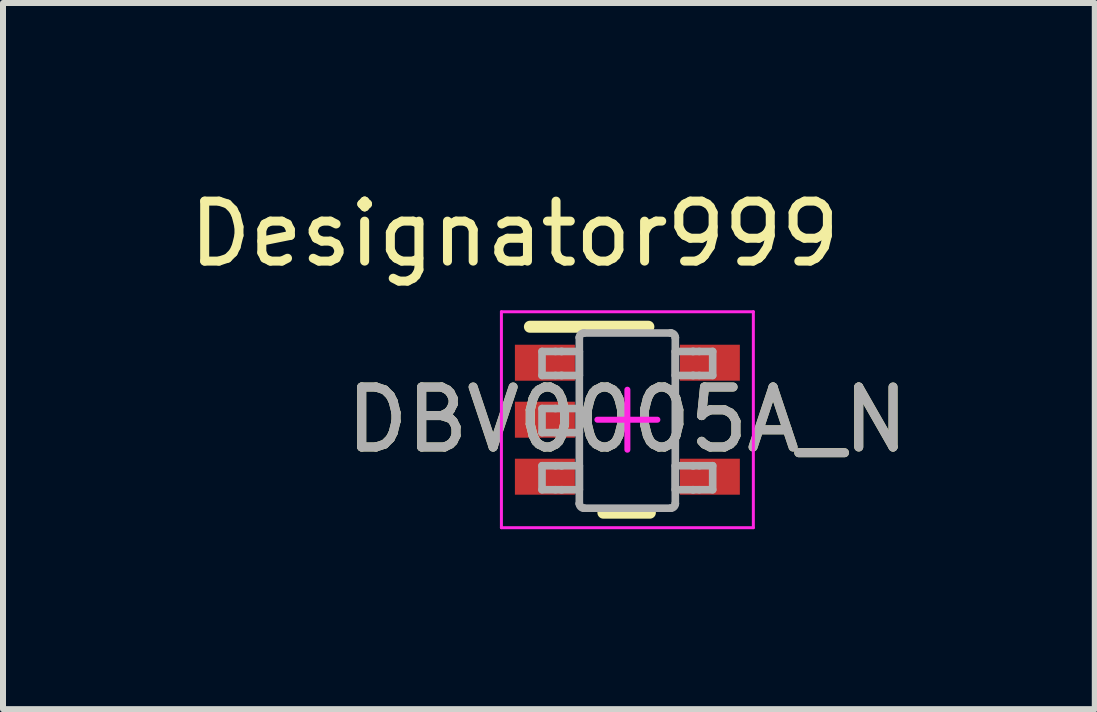
<source format=kicad_pcb>
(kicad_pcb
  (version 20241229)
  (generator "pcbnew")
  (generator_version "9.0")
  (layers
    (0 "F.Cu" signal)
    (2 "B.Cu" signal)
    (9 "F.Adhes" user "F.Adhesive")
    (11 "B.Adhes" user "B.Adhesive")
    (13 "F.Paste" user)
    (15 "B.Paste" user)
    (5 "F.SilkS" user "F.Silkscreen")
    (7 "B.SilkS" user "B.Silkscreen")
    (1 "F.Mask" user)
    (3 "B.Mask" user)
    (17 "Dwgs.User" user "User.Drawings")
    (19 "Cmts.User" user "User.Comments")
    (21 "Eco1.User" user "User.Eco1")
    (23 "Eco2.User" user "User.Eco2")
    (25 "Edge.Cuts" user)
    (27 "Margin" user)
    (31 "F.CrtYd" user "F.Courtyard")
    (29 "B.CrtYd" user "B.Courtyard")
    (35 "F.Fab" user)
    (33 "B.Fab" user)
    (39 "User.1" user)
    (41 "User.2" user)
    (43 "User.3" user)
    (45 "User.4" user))
  (footprint "DBV0005A_N"
    (layer "F.Cu")
    (at 7.409 3.947)
    (property "Reference" "DBV0005A_N" (at 0 0 0) (unlocked yes) (layer "F.SilkS") (effects (font (size 1 1) (thickness 0.15))))
    (attr smd)
    (fp_line (start -1.625 -1.55) (end 0.35 -1.55) (stroke (width 0.2) (type solid)) (layer "F.SilkS"))
    (fp_line (start -0.4 1.55) (end 0.375 1.55) (stroke (width 0.2) (type solid)) (layer "F.SilkS"))
    (fp_line (start -2.1 -1.8) (end 2.1 -1.8) (stroke (width 0.05) (type solid)) (layer "F.CrtYd"))
    (fp_line (start -2.1 1.8) (end -2.1 -1.8) (stroke (width 0.05) (type solid)) (layer "F.CrtYd"))
    (fp_line (start -2.1 1.8) (end 2.1 1.8) (stroke (width 0.05) (type solid)) (layer "F.CrtYd"))
    (fp_line (start -0.5 0) (end 0.5 0) (stroke (width 0.1) (type solid)) (layer "F.CrtYd"))
    (fp_line (start 0 0.5) (end 0 -0.5) (stroke (width 0.1) (type solid)) (layer "F.CrtYd"))
    (fp_line (start 2.1 1.8) (end 2.1 -1.8) (stroke (width 0.05) (type solid)) (layer "F.CrtYd"))
    (fp_line (start -1.423 -1.138) (end -1.199 -1.138) (stroke (width 0.127) (type solid)) (layer "F.Fab"))
    (fp_line (start -1.423 -0.738) (end -1.423 -1.138) (stroke (width 0.127) (type solid)) (layer "F.Fab"))
    (fp_line (start -1.423 -0.738) (end -1.199 -0.738) (stroke (width 0.127) (type solid)) (layer "F.Fab"))
    (fp_line (start -1.423 -0.186) (end -1.199 -0.186) (stroke (width 0.127) (type solid)) (layer "F.Fab"))
    (fp_line (start -1.423 0.215) (end -1.423 -0.186) (stroke (width 0.127) (type solid)) (layer "F.Fab"))
    (fp_line (start -1.423 0.215) (end -1.199 0.215) (stroke (width 0.127) (type solid)) (layer "F.Fab"))
    (fp_line (start -1.423 0.767) (end -1.199 0.767) (stroke (width 0.127) (type solid)) (layer "F.Fab"))
    (fp_line (start -1.423 1.167) (end -1.423 0.767) (stroke (width 0.127) (type solid)) (layer "F.Fab"))
    (fp_line (start -1.423 1.167) (end -1.199 1.167) (stroke (width 0.127) (type solid)) (layer "F.Fab"))
    (fp_line (start -1.199 -1.138) (end -1.105 -1.138) (stroke (width 0.127) (type solid)) (layer "F.Fab"))
    (fp_line (start -1.199 -0.738) (end -1.105 -0.738) (stroke (width 0.127) (type solid)) (layer "F.Fab"))
    (fp_line (start -1.199 -0.186) (end -1.105 -0.186) (stroke (width 0.127) (type solid)) (layer "F.Fab"))
    (fp_line (start -1.199 0.215) (end -1.105 0.215) (stroke (width 0.127) (type solid)) (layer "F.Fab"))
    (fp_line (start -1.199 0.767) (end -1.105 0.767) (stroke (width 0.127) (type solid)) (layer "F.Fab"))
    (fp_line (start -1.199 1.167) (end -1.105 1.167) (stroke (width 0.127) (type solid)) (layer "F.Fab"))
    (fp_line (start -1.105 -1.138) (end -1.088 -1.138) (stroke (width 0.127) (type solid)) (layer "F.Fab"))
    (fp_line (start -1.105 -0.738) (end -1.088 -0.738) (stroke (width 0.127) (type solid)) (layer "F.Fab"))
    (fp_line (start -1.105 -0.186) (end -1.088 -0.186) (stroke (width 0.127) (type solid)) (layer "F.Fab"))
    (fp_line (start -1.105 0.215) (end -1.088 0.215) (stroke (width 0.127) (type solid)) (layer "F.Fab"))
    (fp_line (start -1.105 0.767) (end -1.088 0.767) (stroke (width 0.127) (type solid)) (layer "F.Fab"))
    (fp_line (start -1.105 1.167) (end -1.088 1.167) (stroke (width 0.127) (type solid)) (layer "F.Fab"))
    (fp_line (start -1.088 -1.138) (end -0.835 -1.138) (stroke (width 0.127) (type solid)) (layer "F.Fab"))
    (fp_line (start -1.088 -0.738) (end -0.835 -0.738) (stroke (width 0.127) (type solid)) (layer "F.Fab"))
    (fp_line (start -1.088 -0.186) (end -0.835 -0.186) (stroke (width 0.127) (type solid)) (layer "F.Fab"))
    (fp_line (start -1.088 0.215) (end -0.835 0.215) (stroke (width 0.127) (type solid)) (layer "F.Fab"))
    (fp_line (start -1.088 0.767) (end -0.835 0.767) (stroke (width 0.127) (type solid)) (layer "F.Fab"))
    (fp_line (start -1.088 1.167) (end -0.835 1.167) (stroke (width 0.127) (type solid)) (layer "F.Fab"))
    (fp_line (start -0.835 -1.138) (end -0.801 -1.138) (stroke (width 0.127) (type solid)) (layer "F.Fab"))
    (fp_line (start -0.835 -0.738) (end -0.801 -0.738) (stroke (width 0.127) (type solid)) (layer "F.Fab"))
    (fp_line (start -0.835 -0.186) (end -0.801 -0.186) (stroke (width 0.127) (type solid)) (layer "F.Fab"))
    (fp_line (start -0.835 0.215) (end -0.801 0.215) (stroke (width 0.127) (type solid)) (layer "F.Fab"))
    (fp_line (start -0.835 0.767) (end -0.801 0.767) (stroke (width 0.127) (type solid)) (layer "F.Fab"))
    (fp_line (start -0.835 1.167) (end -0.801 1.167) (stroke (width 0.127) (type solid)) (layer "F.Fab"))
    (fp_line (start -0.801 -1.37) (end -0.801 -1.371) (stroke (width 0.127) (type solid)) (layer "F.Fab"))
    (fp_line (start -0.801 -0.738) (end -0.801 -1.138) (stroke (width 0.127) (type solid)) (layer "F.Fab"))
    (fp_line (start -0.801 0.215) (end -0.801 -0.186) (stroke (width 0.127) (type solid)) (layer "F.Fab"))
    (fp_line (start -0.801 1.167) (end -0.801 0.767) (stroke (width 0.127) (type solid)) (layer "F.Fab"))
    (fp_line (start -0.801 1.399) (end -0.801 -1.37) (stroke (width 0.127) (type solid)) (layer "F.Fab"))
    (fp_line (start -0.801 1.4) (end -0.801 1.399) (stroke (width 0.127) (type solid)) (layer "F.Fab"))
    (fp_line (start -0.725 -1.446) (end -0.725 -1.446) (stroke (width 0.127) (type solid)) (layer "F.Fab"))
    (fp_line (start -0.725 1.475) (end -0.725 1.475) (stroke (width 0.127) (type solid)) (layer "F.Fab"))
    (fp_line (start -0.725 -1.446) (end 0.723 -1.446) (stroke (width 0.127) (type solid)) (layer "F.Fab"))
    (fp_line (start -0.725 1.475) (end 0.723 1.475) (stroke (width 0.127) (type solid)) (layer "F.Fab"))
    (fp_line (start 0.723 -1.446) (end 0.724 -1.446) (stroke (width 0.127) (type solid)) (layer "F.Fab"))
    (fp_line (start 0.723 1.475) (end 0.724 1.475) (stroke (width 0.127) (type solid)) (layer "F.Fab"))
    (fp_line (start 0.799 -1.37) (end 0.799 -1.371) (stroke (width 0.127) (type solid)) (layer "F.Fab"))
    (fp_line (start 0.799 -1.138) (end 0.834 -1.138) (stroke (width 0.127) (type solid)) (layer "F.Fab"))
    (fp_line (start 0.799 -0.738) (end 0.799 -1.138) (stroke (width 0.127) (type solid)) (layer "F.Fab"))
    (fp_line (start 0.799 -0.738) (end 0.834 -0.738) (stroke (width 0.127) (type solid)) (layer "F.Fab"))
    (fp_line (start 0.799 0.767) (end 0.834 0.767) (stroke (width 0.127) (type solid)) (layer "F.Fab"))
    (fp_line (start 0.799 1.167) (end 0.799 0.767) (stroke (width 0.127) (type solid)) (layer "F.Fab"))
    (fp_line (start 0.799 1.167) (end 0.834 1.167) (stroke (width 0.127) (type solid)) (layer "F.Fab"))
    (fp_line (start 0.799 1.399) (end 0.799 -1.37) (stroke (width 0.127) (type solid)) (layer "F.Fab"))
    (fp_line (start 0.799 1.4) (end 0.799 1.399) (stroke (width 0.127) (type solid)) (layer "F.Fab"))
    (fp_line (start 0.834 -1.138) (end 1.087 -1.138) (stroke (width 0.127) (type solid)) (layer "F.Fab"))
    (fp_line (start 0.834 -0.738) (end 1.087 -0.738) (stroke (width 0.127) (type solid)) (layer "F.Fab"))
    (fp_line (start 0.834 0.767) (end 1.087 0.767) (stroke (width 0.127) (type solid)) (layer "F.Fab"))
    (fp_line (start 0.834 1.167) (end 1.087 1.167) (stroke (width 0.127) (type solid)) (layer "F.Fab"))
    (fp_line (start 1.087 -1.138) (end 1.103 -1.138) (stroke (width 0.127) (type solid)) (layer "F.Fab"))
    (fp_line (start 1.087 -0.738) (end 1.103 -0.738) (stroke (width 0.127) (type solid)) (layer "F.Fab"))
    (fp_line (start 1.087 0.767) (end 1.103 0.767) (stroke (width 0.127) (type solid)) (layer "F.Fab"))
    (fp_line (start 1.087 1.167) (end 1.103 1.167) (stroke (width 0.127) (type solid)) (layer "F.Fab"))
    (fp_line (start 1.103 -1.138) (end 1.198 -1.138) (stroke (width 0.127) (type solid)) (layer "F.Fab"))
    (fp_line (start 1.103 -0.738) (end 1.198 -0.738) (stroke (width 0.127) (type solid)) (layer "F.Fab"))
    (fp_line (start 1.103 0.767) (end 1.198 0.767) (stroke (width 0.127) (type solid)) (layer "F.Fab"))
    (fp_line (start 1.103 1.167) (end 1.198 1.167) (stroke (width 0.127) (type solid)) (layer "F.Fab"))
    (fp_line (start 1.198 -1.138) (end 1.422 -1.138) (stroke (width 0.127) (type solid)) (layer "F.Fab"))
    (fp_line (start 1.198 -0.738) (end 1.422 -0.738) (stroke (width 0.127) (type solid)) (layer "F.Fab"))
    (fp_line (start 1.198 0.767) (end 1.422 0.767) (stroke (width 0.127) (type solid)) (layer "F.Fab"))
    (fp_line (start 1.198 1.167) (end 1.422 1.167) (stroke (width 0.127) (type solid)) (layer "F.Fab"))
    (fp_line (start 1.422 -0.738) (end 1.422 -1.138) (stroke (width 0.127) (type solid)) (layer "F.Fab"))
    (fp_line (start 1.422 1.167) (end 1.422 0.767) (stroke (width 0.127) (type solid)) (layer "F.Fab"))
    (fp_arc (start -0.80074 -1.37084) (mid -0.778218 -1.423887) (end -0.724999 -1.445998) (stroke (width 0.127) (type solid)) (layer "F.Fab"))
    (fp_arc (start -0.724999 1.475) (mid -0.778213 1.452901) (end -0.80074 1.399867) (stroke (width 0.127) (type solid)) (layer "F.Fab"))
    (fp_arc (start 0.723714 -1.445998) (mid 0.776933 -1.423887) (end 0.799455 -1.37084) (stroke (width 0.127) (type solid)) (layer "F.Fab"))
    (fp_arc (start 0.799455 1.399868) (mid 0.776927 1.452901) (end 0.723713 1.475) (stroke (width 0.127) (type solid)) (layer "F.Fab"))
    (fp_text user "Designator999" (at -1.88 -3.099 0) (unlocked yes) (layer "F.SilkS") (effects (font (size 1 1) (thickness 0.15))))
    (fp_text user "${REFERENCE}" (at 0 0 0) (unlocked yes) (layer "F.Fab") (effects (font (size 1 1) (thickness 0.15))))
    (pad "1" smd rect (at -1.375 -0.95 90) (size 0.6 1) (layers "F.Cu" "F.Mask" "F.Paste"))
    (pad "2" smd rect (at -1.375 0 90) (size 0.6 1) (layers "F.Cu" "F.Mask" "F.Paste"))
    (pad "3" smd rect (at -1.375 0.95 90) (size 0.6 1) (layers "F.Cu" "F.Mask" "F.Paste"))
    (pad "4" smd rect (at 1.375 0.95 90) (size 0.6 1) (layers "F.Cu" "F.Mask" "F.Paste"))
    (pad "5" smd rect (at 1.375 -0.95 90) (size 0.6 1) (layers "F.Cu" "F.Mask" "F.Paste")))
  (gr_rect
    (start -3 -3)
    (end 15.201 8.772)
    (stroke (width 0.1) (type default))
    (fill no)
    (layer "Edge.Cuts")))
</source>
